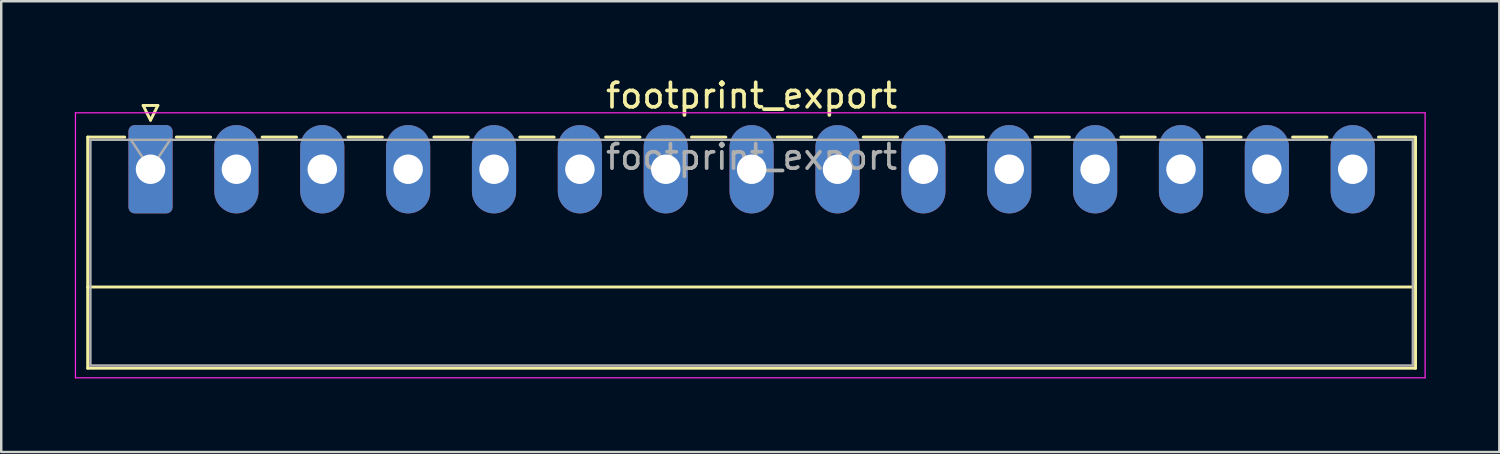
<source format=kicad_pcb>
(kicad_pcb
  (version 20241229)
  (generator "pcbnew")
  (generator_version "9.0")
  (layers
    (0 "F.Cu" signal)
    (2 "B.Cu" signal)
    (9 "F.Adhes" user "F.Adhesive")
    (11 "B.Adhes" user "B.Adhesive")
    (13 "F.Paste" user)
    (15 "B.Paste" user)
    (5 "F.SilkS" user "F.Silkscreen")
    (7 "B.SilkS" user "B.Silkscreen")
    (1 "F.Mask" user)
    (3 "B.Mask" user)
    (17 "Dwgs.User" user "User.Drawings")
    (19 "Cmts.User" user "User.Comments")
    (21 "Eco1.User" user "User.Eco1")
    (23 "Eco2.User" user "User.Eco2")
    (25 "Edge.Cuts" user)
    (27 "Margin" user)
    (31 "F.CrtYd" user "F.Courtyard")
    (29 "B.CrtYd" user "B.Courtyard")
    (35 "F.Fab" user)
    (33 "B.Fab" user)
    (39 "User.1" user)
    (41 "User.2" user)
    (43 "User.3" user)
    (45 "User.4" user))
  (footprint "footprint_export"
    (layer "F.Cu")
    (at 3.085 3.848)
    (property "Reference" "footprint_export" (at 24.5 -3 0) (layer "F.SilkS") (effects (font (size 1 1) (thickness 0.15))))
    (attr through_hole)
    (fp_line (start -2.56 -1.31) (end -2.56 8.11) (stroke (width 0.12) (type solid)) (layer "F.SilkS"))
    (fp_line (start -2.56 -1.31) (end -1.05 -1.31) (stroke (width 0.12) (type solid)) (layer "F.SilkS"))
    (fp_line (start -2.56 4.8) (end 51.56 4.8) (stroke (width 0.12) (type solid)) (layer "F.SilkS"))
    (fp_line (start -2.56 8.11) (end 51.56 8.11) (stroke (width 0.12) (type solid)) (layer "F.SilkS"))
    (fp_line (start -0.3 -2.6) (end 0.3 -2.6) (stroke (width 0.12) (type solid)) (layer "F.SilkS"))
    (fp_line (start 0 -2) (end -0.3 -2.6) (stroke (width 0.12) (type solid)) (layer "F.SilkS"))
    (fp_line (start 0.3 -2.6) (end 0 -2) (stroke (width 0.12) (type solid)) (layer "F.SilkS"))
    (fp_line (start 1.05 -1.31) (end 2.45 -1.31) (stroke (width 0.12) (type solid)) (layer "F.SilkS"))
    (fp_line (start 4.55 -1.31) (end 5.95 -1.31) (stroke (width 0.12) (type solid)) (layer "F.SilkS"))
    (fp_line (start 8.05 -1.31) (end 9.45 -1.31) (stroke (width 0.12) (type solid)) (layer "F.SilkS"))
    (fp_line (start 11.55 -1.31) (end 12.95 -1.31) (stroke (width 0.12) (type solid)) (layer "F.SilkS"))
    (fp_line (start 15.05 -1.31) (end 16.45 -1.31) (stroke (width 0.12) (type solid)) (layer "F.SilkS"))
    (fp_line (start 18.55 -1.31) (end 19.95 -1.31) (stroke (width 0.12) (type solid)) (layer "F.SilkS"))
    (fp_line (start 22.05 -1.31) (end 23.45 -1.31) (stroke (width 0.12) (type solid)) (layer "F.SilkS"))
    (fp_line (start 25.55 -1.31) (end 26.95 -1.31) (stroke (width 0.12) (type solid)) (layer "F.SilkS"))
    (fp_line (start 29.05 -1.31) (end 30.45 -1.31) (stroke (width 0.12) (type solid)) (layer "F.SilkS"))
    (fp_line (start 32.55 -1.31) (end 33.95 -1.31) (stroke (width 0.12) (type solid)) (layer "F.SilkS"))
    (fp_line (start 36.05 -1.31) (end 37.45 -1.31) (stroke (width 0.12) (type solid)) (layer "F.SilkS"))
    (fp_line (start 39.55 -1.31) (end 40.95 -1.31) (stroke (width 0.12) (type solid)) (layer "F.SilkS"))
    (fp_line (start 43.05 -1.31) (end 44.45 -1.31) (stroke (width 0.12) (type solid)) (layer "F.SilkS"))
    (fp_line (start 46.55 -1.31) (end 47.95 -1.31) (stroke (width 0.12) (type solid)) (layer "F.SilkS"))
    (fp_line (start 51.56 -1.31) (end 50.05 -1.31) (stroke (width 0.12) (type solid)) (layer "F.SilkS"))
    (fp_line (start 51.56 8.11) (end 51.56 -1.31) (stroke (width 0.12) (type solid)) (layer "F.SilkS"))
    (fp_line (start -3.06 -2.3) (end -3.06 8.5) (stroke (width 0.05) (type solid)) (layer "F.CrtYd"))
    (fp_line (start -3.06 8.5) (end 51.95 8.5) (stroke (width 0.05) (type solid)) (layer "F.CrtYd"))
    (fp_line (start 51.95 -2.3) (end -3.06 -2.3) (stroke (width 0.05) (type solid)) (layer "F.CrtYd"))
    (fp_line (start 51.95 8.5) (end 51.95 -2.3) (stroke (width 0.05) (type solid)) (layer "F.CrtYd"))
    (fp_line (start -2.45 -1.2) (end -2.45 8) (stroke (width 0.1) (type solid)) (layer "F.Fab"))
    (fp_line (start -2.45 8) (end 51.45 8) (stroke (width 0.1) (type solid)) (layer "F.Fab"))
    (fp_line (start 0 0) (end -0.8 -1.2) (stroke (width 0.1) (type solid)) (layer "F.Fab"))
    (fp_line (start 0.8 -1.2) (end 0 0) (stroke (width 0.1) (type solid)) (layer "F.Fab"))
    (fp_line (start 51.45 -1.2) (end -2.45 -1.2) (stroke (width 0.1) (type solid)) (layer "F.Fab"))
    (fp_line (start 51.45 8) (end 51.45 -1.2) (stroke (width 0.1) (type solid)) (layer "F.Fab"))
    (fp_text user "${REFERENCE}" (at 24.5 -0.5 0) (layer "F.Fab") (effects (font (size 1 1) (thickness 0.15))))
    (pad "1" thru_hole roundrect (at 0 0) (size 1.8 3.6) (drill 1.2) (layers "*.Cu" "*.Mask") (roundrect_rratio 0.139))
    (pad "2" thru_hole oval (at 3.5 0) (size 1.8 3.6) (drill 1.2) (layers "*.Cu" "*.Mask"))
    (pad "3" thru_hole oval (at 7 0) (size 1.8 3.6) (drill 1.2) (layers "*.Cu" "*.Mask"))
    (pad "4" thru_hole oval (at 10.5 0) (size 1.8 3.6) (drill 1.2) (layers "*.Cu" "*.Mask"))
    (pad "5" thru_hole oval (at 14 0) (size 1.8 3.6) (drill 1.2) (layers "*.Cu" "*.Mask"))
    (pad "6" thru_hole oval (at 17.5 0) (size 1.8 3.6) (drill 1.2) (layers "*.Cu" "*.Mask"))
    (pad "7" thru_hole oval (at 21 0) (size 1.8 3.6) (drill 1.2) (layers "*.Cu" "*.Mask"))
    (pad "8" thru_hole oval (at 24.5 0) (size 1.8 3.6) (drill 1.2) (layers "*.Cu" "*.Mask"))
    (pad "9" thru_hole oval (at 28 0) (size 1.8 3.6) (drill 1.2) (layers "*.Cu" "*.Mask"))
    (pad "10" thru_hole oval (at 31.5 0) (size 1.8 3.6) (drill 1.2) (layers "*.Cu" "*.Mask"))
    (pad "11" thru_hole oval (at 35 0) (size 1.8 3.6) (drill 1.2) (layers "*.Cu" "*.Mask"))
    (pad "12" thru_hole oval (at 38.5 0) (size 1.8 3.6) (drill 1.2) (layers "*.Cu" "*.Mask"))
    (pad "13" thru_hole oval (at 42 0) (size 1.8 3.6) (drill 1.2) (layers "*.Cu" "*.Mask"))
    (pad "14" thru_hole oval (at 45.5 0) (size 1.8 3.6) (drill 1.2) (layers "*.Cu" "*.Mask"))
    (pad "15" thru_hole oval (at 49 0) (size 1.8 3.6) (drill 1.2) (layers "*.Cu" "*.Mask")))
  (gr_rect
    (start -3 -3)
    (end 58.06 15.373)
    (stroke (width 0.1) (type default))
    (fill no)
    (layer "Edge.Cuts")))
</source>
